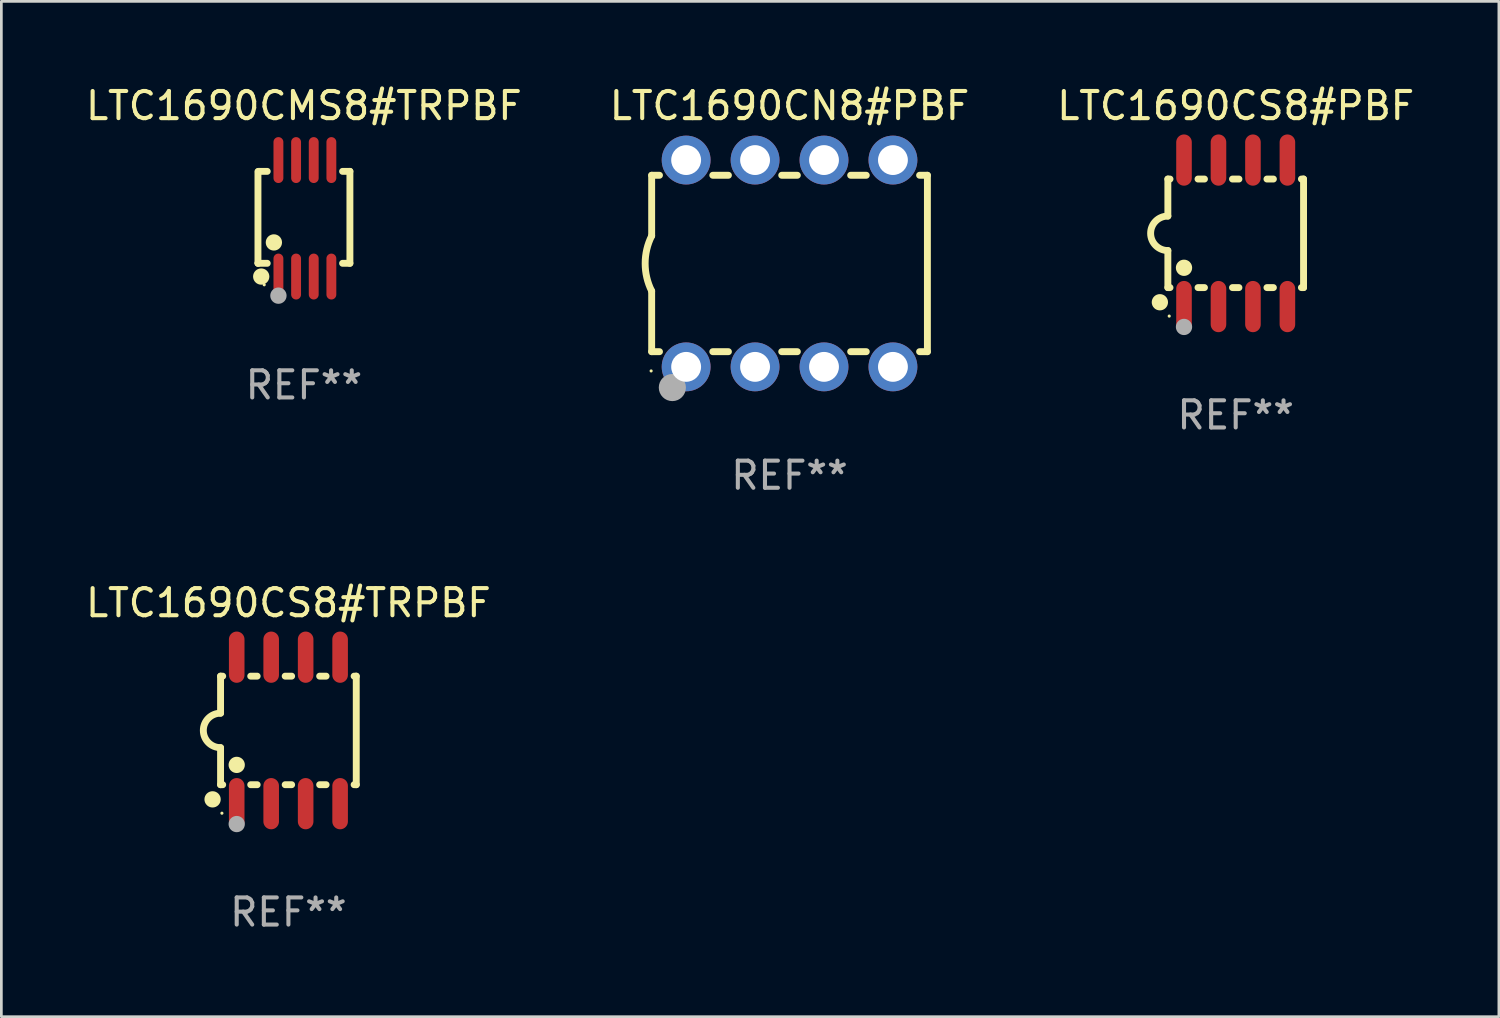
<source format=kicad_pcb>
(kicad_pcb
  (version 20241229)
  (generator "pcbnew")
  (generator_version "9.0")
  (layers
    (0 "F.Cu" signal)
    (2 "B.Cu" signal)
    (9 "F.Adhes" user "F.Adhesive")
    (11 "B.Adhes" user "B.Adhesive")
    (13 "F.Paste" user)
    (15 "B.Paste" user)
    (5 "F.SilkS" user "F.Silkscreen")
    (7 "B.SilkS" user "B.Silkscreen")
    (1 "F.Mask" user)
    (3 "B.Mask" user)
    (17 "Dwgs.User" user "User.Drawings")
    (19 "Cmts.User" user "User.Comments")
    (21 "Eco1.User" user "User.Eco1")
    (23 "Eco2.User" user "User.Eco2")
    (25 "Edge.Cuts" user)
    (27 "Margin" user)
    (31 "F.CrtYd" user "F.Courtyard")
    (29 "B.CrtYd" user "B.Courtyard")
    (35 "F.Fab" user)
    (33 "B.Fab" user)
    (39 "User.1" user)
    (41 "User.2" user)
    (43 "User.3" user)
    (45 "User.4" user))
  (footprint "LTC1690CMS8#TRPBF"
    (layer "F.Cu")
    (at 8.149 4.994)
    (property "Reference" "LTC1690CMS8#TRPBF" (at 0 -4.146 0) (layer "F.SilkS") (effects (font (size 1 1) (thickness 0.15))))
    (attr through_hole)
    (fp_line (start -1.694 -1.724) (end -1.694 1.652) (stroke (width 0.254) (type solid)) (layer "F.SilkS"))
    (fp_line (start -1.694 1.652) (end -1.688 1.658) (stroke (width 0.254) (type solid)) (layer "F.SilkS"))
    (fp_line (start -1.688 1.658) (end -1.353 1.658) (stroke (width 0.254) (type solid)) (layer "F.SilkS"))
    (fp_line (start -1.661 -1.73) (end -1.681 -1.71) (stroke (width 0.254) (type solid)) (layer "F.SilkS"))
    (fp_line (start -1.353 -1.73) (end -1.661 -1.73) (stroke (width 0.254) (type solid)) (layer "F.SilkS"))
    (fp_line (start 1.424 1.658) (end 1.694 1.658) (stroke (width 0.254) (type solid)) (layer "F.SilkS"))
    (fp_line (start 1.694 -1.73) (end 1.424 -1.73) (stroke (width 0.254) (type solid)) (layer "F.SilkS"))
    (fp_line (start 1.694 1.658) (end 1.694 -1.73) (stroke (width 0.254) (type solid)) (layer "F.SilkS"))
    (fp_circle (center -1.574 2.146) (end -1.424 2.146) (stroke (width 0.3) (type solid)) (fill no) (layer "F.SilkS"))
    (fp_circle (center -1.464 2.45) (end -1.434 2.45) (stroke (width 0.06) (type solid)) (fill no) (layer "F.SilkS"))
    (fp_circle (center -1.107 0.889) (end -0.957 0.889) (stroke (width 0.3) (type solid)) (fill no) (layer "F.SilkS"))
    (fp_circle (center -0.94 2.85) (end -0.789 2.85) (stroke (width 0.3) (type solid)) (fill no) (layer "F.Fab"))
    (fp_text user "REF**" (at 0 6.146 0) (layer "F.Fab") (effects (font (size 1 1) (thickness 0.15))))
    (pad "1" smd oval (at -0.94 2.146) (size 0.364 1.692) (layers "F.Cu" "F.Mask" "F.Paste"))
    (pad "2" smd oval (at -0.289 2.146) (size 0.364 1.692) (layers "F.Cu" "F.Mask" "F.Paste"))
    (pad "3" smd oval (at 0.361 2.146) (size 0.364 1.692) (layers "F.Cu" "F.Mask" "F.Paste"))
    (pad "4" smd oval (at 1.011 2.146) (size 0.364 1.692) (layers "F.Cu" "F.Mask" "F.Paste"))
    (pad "5" smd oval (at 1.011 -2.146) (size 0.364 1.692) (layers "F.Cu" "F.Mask" "F.Paste"))
    (pad "6" smd oval (at 0.361 -2.146) (size 0.364 1.692) (layers "F.Cu" "F.Mask" "F.Paste"))
    (pad "7" smd oval (at -0.289 -2.146) (size 0.364 1.692) (layers "F.Cu" "F.Mask" "F.Paste"))
    (pad "8" smd oval (at -0.94 -2.146) (size 0.364 1.692) (layers "F.Cu" "F.Mask" "F.Paste")))
  (footprint "LTC1690CS8#TRPBF"
    (layer "F.Cu")
    (at 7.577 23.864)
    (property "Reference" "LTC1690CS8#TRPBF" (at 0 -4.699 0) (layer "F.SilkS") (effects (font (size 1 1) (thickness 0.15))))
    (attr through_hole)
    (fp_line (start -2.5 -2) (end -2.5 -0.635) (stroke (width 0.254) (type solid)) (layer "F.SilkS"))
    (fp_line (start -2.5 -2) (end -2.421 -2) (stroke (width 0.254) (type solid)) (layer "F.SilkS"))
    (fp_line (start -2.5 2) (end -2.5 0.635) (stroke (width 0.254) (type solid)) (layer "F.SilkS"))
    (fp_line (start -2.5 2) (end -2.421 2) (stroke (width 0.254) (type solid)) (layer "F.SilkS"))
    (fp_line (start -1.389 -2) (end -1.151 -2) (stroke (width 0.254) (type solid)) (layer "F.SilkS"))
    (fp_line (start -1.389 2) (end -1.151 2) (stroke (width 0.254) (type solid)) (layer "F.SilkS"))
    (fp_line (start -0.119 -2) (end 0.119 -2) (stroke (width 0.254) (type solid)) (layer "F.SilkS"))
    (fp_line (start -0.119 2) (end 0.119 2) (stroke (width 0.254) (type solid)) (layer "F.SilkS"))
    (fp_line (start 1.151 -2) (end 1.389 -2) (stroke (width 0.254) (type solid)) (layer "F.SilkS"))
    (fp_line (start 1.151 2) (end 1.389 2) (stroke (width 0.254) (type solid)) (layer "F.SilkS"))
    (fp_line (start 2.421 -2) (end 2.5 -2) (stroke (width 0.254) (type solid)) (layer "F.SilkS"))
    (fp_line (start 2.421 2) (end 2.5 2) (stroke (width 0.254) (type solid)) (layer "F.SilkS"))
    (fp_line (start 2.5 -2) (end 2.5 2) (stroke (width 0.254) (type solid)) (layer "F.SilkS"))
    (fp_arc (start -2.5 0.635001) (mid -3.134366 -0.000318) (end -2.499365 -0.635001) (stroke (width 0.254001) (type solid)) (layer "F.SilkS"))
    (fp_circle (center -2.794 2.54) (end -2.644 2.54) (stroke (width 0.3) (type solid)) (fill no) (layer "F.SilkS"))
    (fp_circle (center -2.45 3.05) (end -2.42 3.05) (stroke (width 0.06) (type solid)) (fill no) (layer "F.SilkS"))
    (fp_circle (center -1.905 1.27) (end -1.755 1.27) (stroke (width 0.3) (type solid)) (fill no) (layer "F.SilkS"))
    (fp_circle (center -1.905 3.45) (end -1.755 3.45) (stroke (width 0.3) (type solid)) (fill no) (layer "F.Fab"))
    (fp_text user "REF**" (at 0 6.699 0) (layer "F.Fab") (effects (font (size 1 1) (thickness 0.15))))
    (pad "1" smd oval (at -1.905 2.699) (size 0.574 1.888) (layers "F.Cu" "F.Mask" "F.Paste"))
    (pad "2" smd oval (at -0.635 2.699) (size 0.574 1.888) (layers "F.Cu" "F.Mask" "F.Paste"))
    (pad "3" smd oval (at 0.635 2.699) (size 0.574 1.888) (layers "F.Cu" "F.Mask" "F.Paste"))
    (pad "4" smd oval (at 1.905 2.699) (size 0.574 1.888) (layers "F.Cu" "F.Mask" "F.Paste"))
    (pad "5" smd oval (at 1.905 -2.699) (size 0.574 1.888) (layers "F.Cu" "F.Mask" "F.Paste"))
    (pad "6" smd oval (at 0.635 -2.699) (size 0.574 1.888) (layers "F.Cu" "F.Mask" "F.Paste"))
    (pad "7" smd oval (at -0.635 -2.699) (size 0.574 1.888) (layers "F.Cu" "F.Mask" "F.Paste"))
    (pad "8" smd oval (at -1.905 -2.699) (size 0.574 1.888) (layers "F.Cu" "F.Mask" "F.Paste")))
  (footprint "LTC1690CS8#PBF"
    (layer "F.Cu")
    (at 42.482 5.547)
    (property "Reference" "LTC1690CS8#PBF" (at 0 -4.699 0) (layer "F.SilkS") (effects (font (size 1 1) (thickness 0.15))))
    (attr through_hole)
    (fp_line (start -2.5 -2) (end -2.5 -0.635) (stroke (width 0.254) (type solid)) (layer "F.SilkS"))
    (fp_line (start -2.5 -2) (end -2.421 -2) (stroke (width 0.254) (type solid)) (layer "F.SilkS"))
    (fp_line (start -2.5 2) (end -2.5 0.635) (stroke (width 0.254) (type solid)) (layer "F.SilkS"))
    (fp_line (start -2.5 2) (end -2.421 2) (stroke (width 0.254) (type solid)) (layer "F.SilkS"))
    (fp_line (start -1.389 -2) (end -1.151 -2) (stroke (width 0.254) (type solid)) (layer "F.SilkS"))
    (fp_line (start -1.389 2) (end -1.151 2) (stroke (width 0.254) (type solid)) (layer "F.SilkS"))
    (fp_line (start -0.119 -2) (end 0.119 -2) (stroke (width 0.254) (type solid)) (layer "F.SilkS"))
    (fp_line (start -0.119 2) (end 0.119 2) (stroke (width 0.254) (type solid)) (layer "F.SilkS"))
    (fp_line (start 1.151 -2) (end 1.389 -2) (stroke (width 0.254) (type solid)) (layer "F.SilkS"))
    (fp_line (start 1.151 2) (end 1.389 2) (stroke (width 0.254) (type solid)) (layer "F.SilkS"))
    (fp_line (start 2.421 -2) (end 2.5 -2) (stroke (width 0.254) (type solid)) (layer "F.SilkS"))
    (fp_line (start 2.421 2) (end 2.5 2) (stroke (width 0.254) (type solid)) (layer "F.SilkS"))
    (fp_line (start 2.5 -2) (end 2.5 2) (stroke (width 0.254) (type solid)) (layer "F.SilkS"))
    (fp_arc (start -2.5 0.635001) (mid -3.134366 -0.000318) (end -2.499365 -0.635001) (stroke (width 0.254001) (type solid)) (layer "F.SilkS"))
    (fp_circle (center -2.794 2.54) (end -2.644 2.54) (stroke (width 0.3) (type solid)) (fill no) (layer "F.SilkS"))
    (fp_circle (center -2.45 3.05) (end -2.42 3.05) (stroke (width 0.06) (type solid)) (fill no) (layer "F.SilkS"))
    (fp_circle (center -1.905 1.27) (end -1.755 1.27) (stroke (width 0.3) (type solid)) (fill no) (layer "F.SilkS"))
    (fp_circle (center -1.905 3.45) (end -1.755 3.45) (stroke (width 0.3) (type solid)) (fill no) (layer "F.Fab"))
    (fp_text user "REF**" (at 0 6.699 0) (layer "F.Fab") (effects (font (size 1 1) (thickness 0.15))))
    (pad "1" smd oval (at -1.905 2.699) (size 0.574 1.888) (layers "F.Cu" "F.Mask" "F.Paste"))
    (pad "2" smd oval (at -0.635 2.699) (size 0.574 1.888) (layers "F.Cu" "F.Mask" "F.Paste"))
    (pad "3" smd oval (at 0.635 2.699) (size 0.574 1.888) (layers "F.Cu" "F.Mask" "F.Paste"))
    (pad "4" smd oval (at 1.905 2.699) (size 0.574 1.888) (layers "F.Cu" "F.Mask" "F.Paste"))
    (pad "5" smd oval (at 1.905 -2.699) (size 0.574 1.888) (layers "F.Cu" "F.Mask" "F.Paste"))
    (pad "6" smd oval (at 0.635 -2.699) (size 0.574 1.888) (layers "F.Cu" "F.Mask" "F.Paste"))
    (pad "7" smd oval (at -0.635 -2.699) (size 0.574 1.888) (layers "F.Cu" "F.Mask" "F.Paste"))
    (pad "8" smd oval (at -1.905 -2.699) (size 0.574 1.888) (layers "F.Cu" "F.Mask" "F.Paste")))
  (footprint "LTC1690CN8#PBF"
    (layer "F.Cu")
    (at 26.042 6.658)
    (property "Reference" "LTC1690CN8#PBF" (at 0 -5.81 0) (layer "F.SilkS") (effects (font (size 1 1) (thickness 0.15))))
    (attr through_hole)
    (fp_line (start -5.08 -3.25) (end -5.08 -1.017) (stroke (width 0.254) (type solid)) (layer "F.SilkS"))
    (fp_line (start -5.08 -3.25) (end -4.792 -3.25) (stroke (width 0.254) (type solid)) (layer "F.SilkS"))
    (fp_line (start -5.08 3.25) (end -5.08 1.015) (stroke (width 0.254) (type solid)) (layer "F.SilkS"))
    (fp_line (start -5.08 3.25) (end -4.792 3.25) (stroke (width 0.254) (type solid)) (layer "F.SilkS"))
    (fp_line (start -2.828 -3.25) (end -2.252 -3.25) (stroke (width 0.254) (type solid)) (layer "F.SilkS"))
    (fp_line (start -2.828 3.25) (end -2.252 3.25) (stroke (width 0.254) (type solid)) (layer "F.SilkS"))
    (fp_line (start -0.288 -3.25) (end 0.288 -3.25) (stroke (width 0.254) (type solid)) (layer "F.SilkS"))
    (fp_line (start -0.288 3.25) (end 0.288 3.25) (stroke (width 0.254) (type solid)) (layer "F.SilkS"))
    (fp_line (start 2.252 -3.25) (end 2.828 -3.25) (stroke (width 0.254) (type solid)) (layer "F.SilkS"))
    (fp_line (start 2.252 3.25) (end 2.828 3.25) (stroke (width 0.254) (type solid)) (layer "F.SilkS"))
    (fp_line (start 4.792 -3.25) (end 5.08 -3.25) (stroke (width 0.254) (type solid)) (layer "F.SilkS"))
    (fp_line (start 4.792 3.25) (end 5.08 3.25) (stroke (width 0.254) (type solid)) (layer "F.SilkS"))
    (fp_line (start 5.08 -3.25) (end 5.08 3.25) (stroke (width 0.254) (type solid)) (layer "F.SilkS"))
    (fp_arc (start -5.08001 1.01524) (mid -5.319856 -0.000762) (end -5.08001 -1.016764) (stroke (width 0.254001) (type solid)) (layer "F.SilkS"))
    (fp_circle (center -5.1 3.96) (end -5.07 3.96) (stroke (width 0.06) (type solid)) (fill no) (layer "F.SilkS"))
    (fp_circle (center -4.318 4.572) (end -4.068 4.572) (stroke (width 0.5) (type solid)) (fill no) (layer "F.Fab"))
    (fp_text user "REF**" (at 0 7.81 0) (layer "F.Fab") (effects (font (size 1 1) (thickness 0.15))))
    (pad "1" thru_hole circle (at -3.81 3.81) (size 1.8 1.8) (drill 1.1) (layers "*.Cu" "*.Mask"))
    (pad "2" thru_hole circle (at -1.27 3.81) (size 1.8 1.8) (drill 1.1) (layers "*.Cu" "*.Mask"))
    (pad "3" thru_hole circle (at 1.27 3.81) (size 1.8 1.8) (drill 1.1) (layers "*.Cu" "*.Mask"))
    (pad "4" thru_hole circle (at 3.81 3.81) (size 1.8 1.8) (drill 1.1) (layers "*.Cu" "*.Mask"))
    (pad "5" thru_hole circle (at 3.81 -3.81) (size 1.8 1.8) (drill 1.1) (layers "*.Cu" "*.Mask"))
    (pad "6" thru_hole circle (at 1.27 -3.81) (size 1.8 1.8) (drill 1.1) (layers "*.Cu" "*.Mask"))
    (pad "7" thru_hole circle (at -1.27 -3.81) (size 1.8 1.8) (drill 1.1) (layers "*.Cu" "*.Mask"))
    (pad "8" thru_hole circle (at -3.81 -3.81) (size 1.8 1.8) (drill 1.1) (layers "*.Cu" "*.Mask")))
  (gr_rect
    (start -3 -3)
    (end 52.179 34.411)
    (stroke (width 0.1) (type default))
    (fill no)
    (layer "Edge.Cuts")))
</source>
